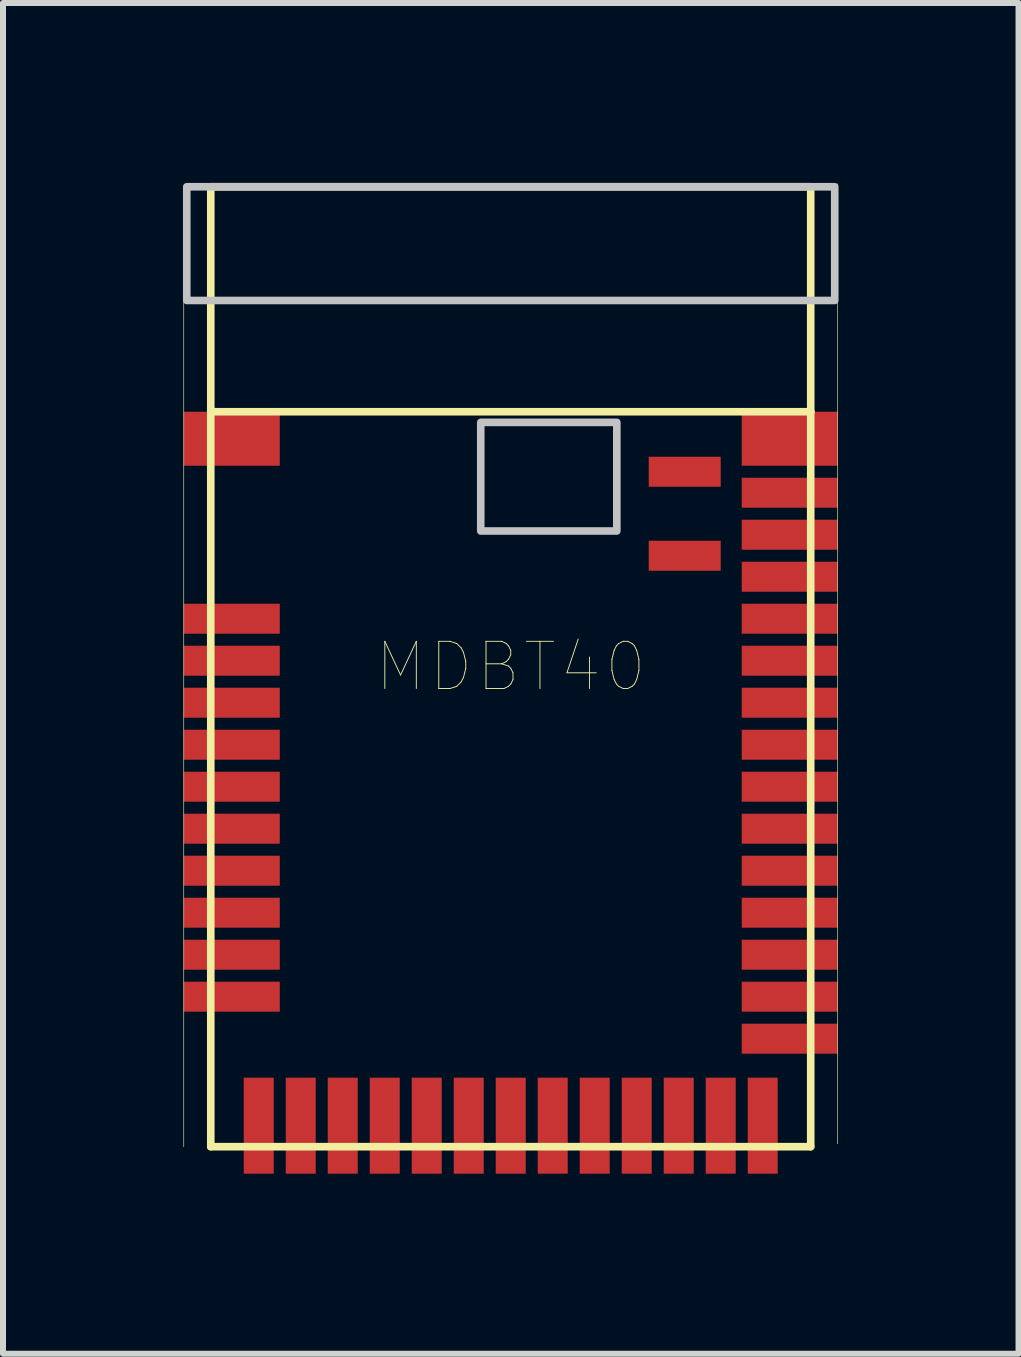
<source format=kicad_pcb>
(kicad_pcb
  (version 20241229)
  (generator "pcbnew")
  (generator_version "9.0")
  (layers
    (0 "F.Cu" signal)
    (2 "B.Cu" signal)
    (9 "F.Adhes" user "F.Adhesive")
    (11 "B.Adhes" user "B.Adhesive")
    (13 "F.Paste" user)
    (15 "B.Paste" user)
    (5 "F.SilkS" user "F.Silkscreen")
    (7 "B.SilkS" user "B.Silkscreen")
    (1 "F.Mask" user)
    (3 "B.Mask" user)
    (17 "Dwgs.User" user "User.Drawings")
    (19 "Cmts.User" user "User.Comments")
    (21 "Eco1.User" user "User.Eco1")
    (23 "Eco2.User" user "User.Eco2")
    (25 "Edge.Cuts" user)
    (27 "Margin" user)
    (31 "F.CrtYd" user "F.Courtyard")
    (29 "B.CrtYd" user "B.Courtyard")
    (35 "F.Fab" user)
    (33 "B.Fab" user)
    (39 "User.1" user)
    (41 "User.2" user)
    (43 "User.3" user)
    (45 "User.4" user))
  (footprint "MDBT40"
    (layer "F.Cu")
    (at 5.463 8.063)
    (property "Reference" "MDBT40" (at 0 0 0) (layer "F.SilkS") (effects (font (size 0.787 0.787) (thickness 0.015))))
    (attr through_hole)
    (fp_line (start -5.45 -8) (end -5.45 8) (stroke (width 0.01) (type solid)) (layer "F.SilkS"))
    (fp_line (start -5 -8) (end 5 -8) (stroke (width 0.127) (type solid)) (layer "F.SilkS"))
    (fp_line (start -5 -4.25) (end -5 -8) (stroke (width 0.127) (type solid)) (layer "F.SilkS"))
    (fp_line (start -5 -4.25) (end 5 -4.25) (stroke (width 0.127) (type solid)) (layer "F.SilkS"))
    (fp_line (start -5 8) (end -5 -4.25) (stroke (width 0.127) (type solid)) (layer "F.SilkS"))
    (fp_line (start 5 -8) (end 5 -4.25) (stroke (width 0.127) (type solid)) (layer "F.SilkS"))
    (fp_line (start 5 -4.25) (end 5 8) (stroke (width 0.127) (type solid)) (layer "F.SilkS"))
    (fp_line (start 5 8) (end -5 8) (stroke (width 0.127) (type solid)) (layer "F.SilkS"))
    (fp_line (start 5.45 -8.05) (end 5.45 7.95) (stroke (width 0.01) (type solid)) (layer "F.SilkS"))
    (fp_poly (pts (xy -5.4 -8) (xy 5.4 -8) (xy 5.4 -6.105) (xy -5.4 -6.105)) (stroke (width 0.127) (type solid)) (fill no) (layer "Dwgs.User"))
    (fp_poly (pts (xy -0.5 -2.262) (xy -0.5 -4.073) (xy 1.768 -4.073) (xy 1.768 -2.262)) (stroke (width 0.127) (type solid)) (fill no) (layer "Dwgs.User"))
    (pad "P1" smd rect (at -4.65 -3.8) (size 1.6 0.9) (layers "F.Cu" "F.Mask" "F.Paste"))
    (pad "P2" smd rect (at -4.65 -0.8) (size 1.6 0.5) (layers "F.Cu" "F.Mask" "F.Paste"))
    (pad "P3" smd rect (at -4.65 -0.1) (size 1.6 0.5) (layers "F.Cu" "F.Mask" "F.Paste"))
    (pad "P4" smd rect (at -4.65 0.6) (size 1.6 0.5) (layers "F.Cu" "F.Mask" "F.Paste"))
    (pad "P5" smd rect (at -4.65 1.3) (size 1.6 0.5) (layers "F.Cu" "F.Mask" "F.Paste"))
    (pad "P6" smd rect (at -4.65 2) (size 1.6 0.5) (layers "F.Cu" "F.Mask" "F.Paste"))
    (pad "P7" smd rect (at -4.65 2.7) (size 1.6 0.5) (layers "F.Cu" "F.Mask" "F.Paste"))
    (pad "P8" smd rect (at -4.65 3.4) (size 1.6 0.5) (layers "F.Cu" "F.Mask" "F.Paste"))
    (pad "P9" smd rect (at -4.65 4.1) (size 1.6 0.5) (layers "F.Cu" "F.Mask" "F.Paste"))
    (pad "P10" smd rect (at -4.65 4.8) (size 1.6 0.5) (layers "F.Cu" "F.Mask" "F.Paste"))
    (pad "P11" smd rect (at -4.65 5.5) (size 1.6 0.5) (layers "F.Cu" "F.Mask" "F.Paste"))
    (pad "P12" smd rect (at -4.2 7.65) (size 0.5 1.6) (layers "F.Cu" "F.Mask" "F.Paste"))
    (pad "P13" smd rect (at -3.5 7.65) (size 0.5 1.6) (layers "F.Cu" "F.Mask" "F.Paste"))
    (pad "P14" smd rect (at -2.8 7.65) (size 0.5 1.6) (layers "F.Cu" "F.Mask" "F.Paste"))
    (pad "P15" smd rect (at -2.1 7.65) (size 0.5 1.6) (layers "F.Cu" "F.Mask" "F.Paste"))
    (pad "P16" smd rect (at -1.4 7.65) (size 0.5 1.6) (layers "F.Cu" "F.Mask" "F.Paste"))
    (pad "P17" smd rect (at -0.7 7.65) (size 0.5 1.6) (layers "F.Cu" "F.Mask" "F.Paste"))
    (pad "P18" smd rect (at 0 7.65) (size 0.5 1.6) (layers "F.Cu" "F.Mask" "F.Paste"))
    (pad "P19" smd rect (at 0.7 7.65) (size 0.5 1.6) (layers "F.Cu" "F.Mask" "F.Paste"))
    (pad "P20" smd rect (at 1.4 7.65) (size 0.5 1.6) (layers "F.Cu" "F.Mask" "F.Paste"))
    (pad "P21" smd rect (at 2.1 7.65) (size 0.5 1.6) (layers "F.Cu" "F.Mask" "F.Paste"))
    (pad "P22" smd rect (at 2.8 7.65) (size 0.5 1.6) (layers "F.Cu" "F.Mask" "F.Paste"))
    (pad "P23" smd rect (at 3.5 7.65) (size 0.5 1.6) (layers "F.Cu" "F.Mask" "F.Paste"))
    (pad "P24" smd rect (at 4.2 7.65) (size 0.5 1.6) (layers "F.Cu" "F.Mask" "F.Paste"))
    (pad "P25" smd rect (at 4.65 6.2) (size 1.6 0.5) (layers "F.Cu" "F.Mask" "F.Paste"))
    (pad "P26" smd rect (at 4.65 5.5) (size 1.6 0.5) (layers "F.Cu" "F.Mask" "F.Paste"))
    (pad "P27" smd rect (at 4.65 4.8) (size 1.6 0.5) (layers "F.Cu" "F.Mask" "F.Paste"))
    (pad "P28" smd rect (at 4.65 4.1) (size 1.6 0.5) (layers "F.Cu" "F.Mask" "F.Paste"))
    (pad "P29" smd rect (at 4.65 3.4) (size 1.6 0.5) (layers "F.Cu" "F.Mask" "F.Paste"))
    (pad "P30" smd rect (at 4.65 2.7) (size 1.6 0.5) (layers "F.Cu" "F.Mask" "F.Paste"))
    (pad "P31" smd rect (at 4.65 2) (size 1.6 0.5) (layers "F.Cu" "F.Mask" "F.Paste"))
    (pad "P32" smd rect (at 4.65 1.3) (size 1.6 0.5) (layers "F.Cu" "F.Mask" "F.Paste"))
    (pad "P33" smd rect (at 4.65 0.6) (size 1.6 0.5) (layers "F.Cu" "F.Mask" "F.Paste"))
    (pad "P34" smd rect (at 4.65 -0.1) (size 1.6 0.5) (layers "F.Cu" "F.Mask" "F.Paste"))
    (pad "P35" smd rect (at 4.65 -0.8) (size 1.6 0.5) (layers "F.Cu" "F.Mask" "F.Paste"))
    (pad "P36" smd rect (at 4.65 -1.5) (size 1.6 0.5) (layers "F.Cu" "F.Mask" "F.Paste"))
    (pad "P37" smd rect (at 4.65 -2.2) (size 1.6 0.5) (layers "F.Cu" "F.Mask" "F.Paste"))
    (pad "P38" smd rect (at 4.65 -2.9) (size 1.6 0.5) (layers "F.Cu" "F.Mask" "F.Paste"))
    (pad "P39" smd rect (at 4.65 -3.8) (size 1.6 0.9) (layers "F.Cu" "F.Mask" "F.Paste"))
    (pad "P40" smd rect (at 2.9 -3.25) (size 1.2 0.5) (layers "F.Cu" "F.Mask" "F.Paste"))
    (pad "P41" smd rect (at 2.9 -1.85) (size 1.2 0.5) (layers "F.Cu" "F.Mask" "F.Paste")))
  (gr_rect
    (start -3 -3)
    (end 13.927 19.514)
    (stroke (width 0.1) (type default))
    (fill no)
    (layer "Edge.Cuts")))
</source>
